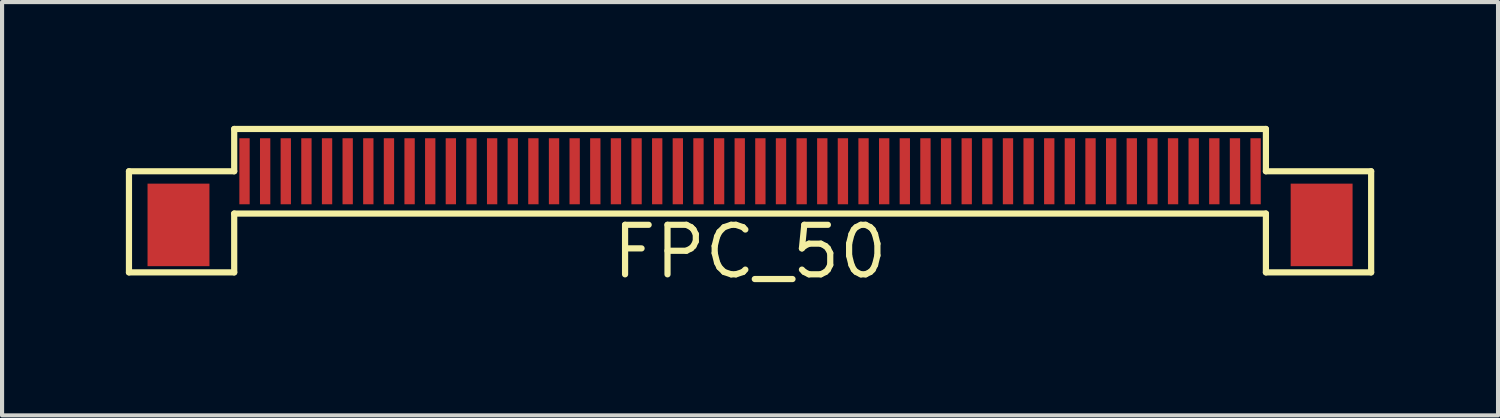
<source format=kicad_pcb>
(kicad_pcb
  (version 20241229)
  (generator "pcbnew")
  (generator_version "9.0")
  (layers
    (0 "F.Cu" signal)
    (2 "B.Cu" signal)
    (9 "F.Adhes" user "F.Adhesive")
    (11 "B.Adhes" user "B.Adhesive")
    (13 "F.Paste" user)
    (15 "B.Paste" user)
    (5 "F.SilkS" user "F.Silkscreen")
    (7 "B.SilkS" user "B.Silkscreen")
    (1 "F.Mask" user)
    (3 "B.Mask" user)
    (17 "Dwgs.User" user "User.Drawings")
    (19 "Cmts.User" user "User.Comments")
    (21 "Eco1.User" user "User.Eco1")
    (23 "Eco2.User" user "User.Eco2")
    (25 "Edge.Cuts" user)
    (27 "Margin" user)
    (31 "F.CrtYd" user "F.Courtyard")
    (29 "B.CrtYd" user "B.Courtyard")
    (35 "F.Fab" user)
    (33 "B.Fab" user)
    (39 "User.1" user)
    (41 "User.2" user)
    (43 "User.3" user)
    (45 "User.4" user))
  (footprint "FPC_50"
    (layer "F.Cu")
    (at 15.125 1.1)
    (property "Reference" "FPC_50" (at 0 1.95 0) (layer "F.SilkS") (effects (font (size 1.2 1.2) (thickness 0.15))))
    (attr through_hole)
    (fp_line (start -15.05 0) (end -12.5 0) (stroke (width 0.15) (type solid)) (layer "F.SilkS"))
    (fp_line (start -15.05 2.45) (end -15.05 0) (stroke (width 0.15) (type solid)) (layer "F.SilkS"))
    (fp_line (start -12.5 -1.025) (end 12.5 -1.025) (stroke (width 0.15) (type solid)) (layer "F.SilkS"))
    (fp_line (start -12.5 0) (end -12.5 -1.025) (stroke (width 0.15) (type solid)) (layer "F.SilkS"))
    (fp_line (start -12.5 1.025) (end -12.5 2.45) (stroke (width 0.15) (type solid)) (layer "F.SilkS"))
    (fp_line (start -12.5 1.025) (end 12.5 1.025) (stroke (width 0.15) (type solid)) (layer "F.SilkS"))
    (fp_line (start -12.5 2.45) (end -15.05 2.45) (stroke (width 0.15) (type solid)) (layer "F.SilkS"))
    (fp_line (start 12.5 0) (end 12.5 -1.025) (stroke (width 0.15) (type solid)) (layer "F.SilkS"))
    (fp_line (start 12.5 1.025) (end 12.5 2.45) (stroke (width 0.15) (type solid)) (layer "F.SilkS"))
    (fp_line (start 12.5 2.45) (end 15.05 2.45) (stroke (width 0.15) (type solid)) (layer "F.SilkS"))
    (fp_line (start 15.05 0) (end 12.5 0) (stroke (width 0.15) (type solid)) (layer "F.SilkS"))
    (fp_line (start 15.05 2.45) (end 15.05 0) (stroke (width 0.15) (type solid)) (layer "F.SilkS"))
    (pad "0" smd rect (at -13.85 1.3) (size 1.5 2) (layers "F.Cu" "F.Mask" "F.Paste"))
    (pad "0" smd rect (at 13.85 1.3) (size 1.5 2) (layers "F.Cu" "F.Mask" "F.Paste"))
    (pad "1" smd rect (at -12.25 0) (size 0.25 1.6) (layers "F.Cu" "F.Mask" "F.Paste"))
    (pad "2" smd rect (at -11.75 0) (size 0.25 1.6) (layers "F.Cu" "F.Mask" "F.Paste"))
    (pad "3" smd rect (at -11.25 0) (size 0.25 1.6) (layers "F.Cu" "F.Mask" "F.Paste"))
    (pad "4" smd rect (at -10.75 0) (size 0.25 1.6) (layers "F.Cu" "F.Mask" "F.Paste"))
    (pad "5" smd rect (at -10.25 0) (size 0.25 1.6) (layers "F.Cu" "F.Mask" "F.Paste"))
    (pad "6" smd rect (at -9.75 0) (size 0.25 1.6) (layers "F.Cu" "F.Mask" "F.Paste"))
    (pad "7" smd rect (at -9.25 0) (size 0.25 1.6) (layers "F.Cu" "F.Mask" "F.Paste"))
    (pad "8" smd rect (at -8.75 0) (size 0.25 1.6) (layers "F.Cu" "F.Mask" "F.Paste"))
    (pad "9" smd rect (at -8.25 0) (size 0.25 1.6) (layers "F.Cu" "F.Mask" "F.Paste"))
    (pad "10" smd rect (at -7.75 0) (size 0.25 1.6) (layers "F.Cu" "F.Mask" "F.Paste"))
    (pad "11" smd rect (at -7.25 0) (size 0.25 1.6) (layers "F.Cu" "F.Mask" "F.Paste"))
    (pad "12" smd rect (at -6.75 0) (size 0.25 1.6) (layers "F.Cu" "F.Mask" "F.Paste"))
    (pad "13" smd rect (at -6.25 0) (size 0.25 1.6) (layers "F.Cu" "F.Mask" "F.Paste"))
    (pad "14" smd rect (at -5.75 0) (size 0.25 1.6) (layers "F.Cu" "F.Mask" "F.Paste"))
    (pad "15" smd rect (at -5.25 0) (size 0.25 1.6) (layers "F.Cu" "F.Mask" "F.Paste"))
    (pad "16" smd rect (at -4.75 0) (size 0.25 1.6) (layers "F.Cu" "F.Mask" "F.Paste"))
    (pad "17" smd rect (at -4.25 0) (size 0.25 1.6) (layers "F.Cu" "F.Mask" "F.Paste"))
    (pad "18" smd rect (at -3.75 0) (size 0.25 1.6) (layers "F.Cu" "F.Mask" "F.Paste"))
    (pad "19" smd rect (at -3.25 0) (size 0.25 1.6) (layers "F.Cu" "F.Mask" "F.Paste"))
    (pad "20" smd rect (at -2.75 0) (size 0.25 1.6) (layers "F.Cu" "F.Mask" "F.Paste"))
    (pad "21" smd rect (at -2.25 0) (size 0.25 1.6) (layers "F.Cu" "F.Mask" "F.Paste"))
    (pad "22" smd rect (at -1.75 0) (size 0.25 1.6) (layers "F.Cu" "F.Mask" "F.Paste"))
    (pad "23" smd rect (at -1.25 0) (size 0.25 1.6) (layers "F.Cu" "F.Mask" "F.Paste"))
    (pad "24" smd rect (at -0.75 0) (size 0.25 1.6) (layers "F.Cu" "F.Mask" "F.Paste"))
    (pad "25" smd rect (at -0.25 0) (size 0.25 1.6) (layers "F.Cu" "F.Mask" "F.Paste"))
    (pad "26" smd rect (at 0.25 0) (size 0.25 1.6) (layers "F.Cu" "F.Mask" "F.Paste"))
    (pad "27" smd rect (at 0.75 0) (size 0.25 1.6) (layers "F.Cu" "F.Mask" "F.Paste"))
    (pad "28" smd rect (at 1.25 0) (size 0.25 1.6) (layers "F.Cu" "F.Mask" "F.Paste"))
    (pad "29" smd rect (at 1.75 0) (size 0.25 1.6) (layers "F.Cu" "F.Mask" "F.Paste"))
    (pad "30" smd rect (at 2.25 0) (size 0.25 1.6) (layers "F.Cu" "F.Mask" "F.Paste"))
    (pad "31" smd rect (at 2.75 0) (size 0.25 1.6) (layers "F.Cu" "F.Mask" "F.Paste"))
    (pad "32" smd rect (at 3.25 0) (size 0.25 1.6) (layers "F.Cu" "F.Mask" "F.Paste"))
    (pad "33" smd rect (at 3.75 0) (size 0.25 1.6) (layers "F.Cu" "F.Mask" "F.Paste"))
    (pad "34" smd rect (at 4.25 0) (size 0.25 1.6) (layers "F.Cu" "F.Mask" "F.Paste"))
    (pad "35" smd rect (at 4.75 0) (size 0.25 1.6) (layers "F.Cu" "F.Mask" "F.Paste"))
    (pad "36" smd rect (at 5.25 0) (size 0.25 1.6) (layers "F.Cu" "F.Mask" "F.Paste"))
    (pad "37" smd rect (at 5.75 0) (size 0.25 1.6) (layers "F.Cu" "F.Mask" "F.Paste"))
    (pad "38" smd rect (at 6.25 0) (size 0.25 1.6) (layers "F.Cu" "F.Mask" "F.Paste"))
    (pad "39" smd rect (at 6.75 0) (size 0.25 1.6) (layers "F.Cu" "F.Mask" "F.Paste"))
    (pad "40" smd rect (at 7.25 0) (size 0.25 1.6) (layers "F.Cu" "F.Mask" "F.Paste"))
    (pad "41" smd rect (at 7.75 0) (size 0.25 1.6) (layers "F.Cu" "F.Mask" "F.Paste"))
    (pad "42" smd rect (at 8.25 0) (size 0.25 1.6) (layers "F.Cu" "F.Mask" "F.Paste"))
    (pad "43" smd rect (at 8.75 0) (size 0.25 1.6) (layers "F.Cu" "F.Mask" "F.Paste"))
    (pad "44" smd rect (at 9.25 0) (size 0.25 1.6) (layers "F.Cu" "F.Mask" "F.Paste"))
    (pad "45" smd rect (at 9.75 0) (size 0.25 1.6) (layers "F.Cu" "F.Mask" "F.Paste"))
    (pad "46" smd rect (at 10.25 0) (size 0.25 1.6) (layers "F.Cu" "F.Mask" "F.Paste"))
    (pad "47" smd rect (at 10.75 0) (size 0.25 1.6) (layers "F.Cu" "F.Mask" "F.Paste"))
    (pad "48" smd rect (at 11.25 0) (size 0.25 1.6) (layers "F.Cu" "F.Mask" "F.Paste"))
    (pad "49" smd rect (at 11.75 0) (size 0.25 1.6) (layers "F.Cu" "F.Mask" "F.Paste"))
    (pad "50" smd rect (at 12.25 0) (size 0.25 1.6) (layers "F.Cu" "F.Mask" "F.Paste")))
  (gr_rect
    (start -3 -3)
    (end 33.25 7.015)
    (stroke (width 0.1) (type default))
    (fill no)
    (layer "Edge.Cuts")))
</source>
